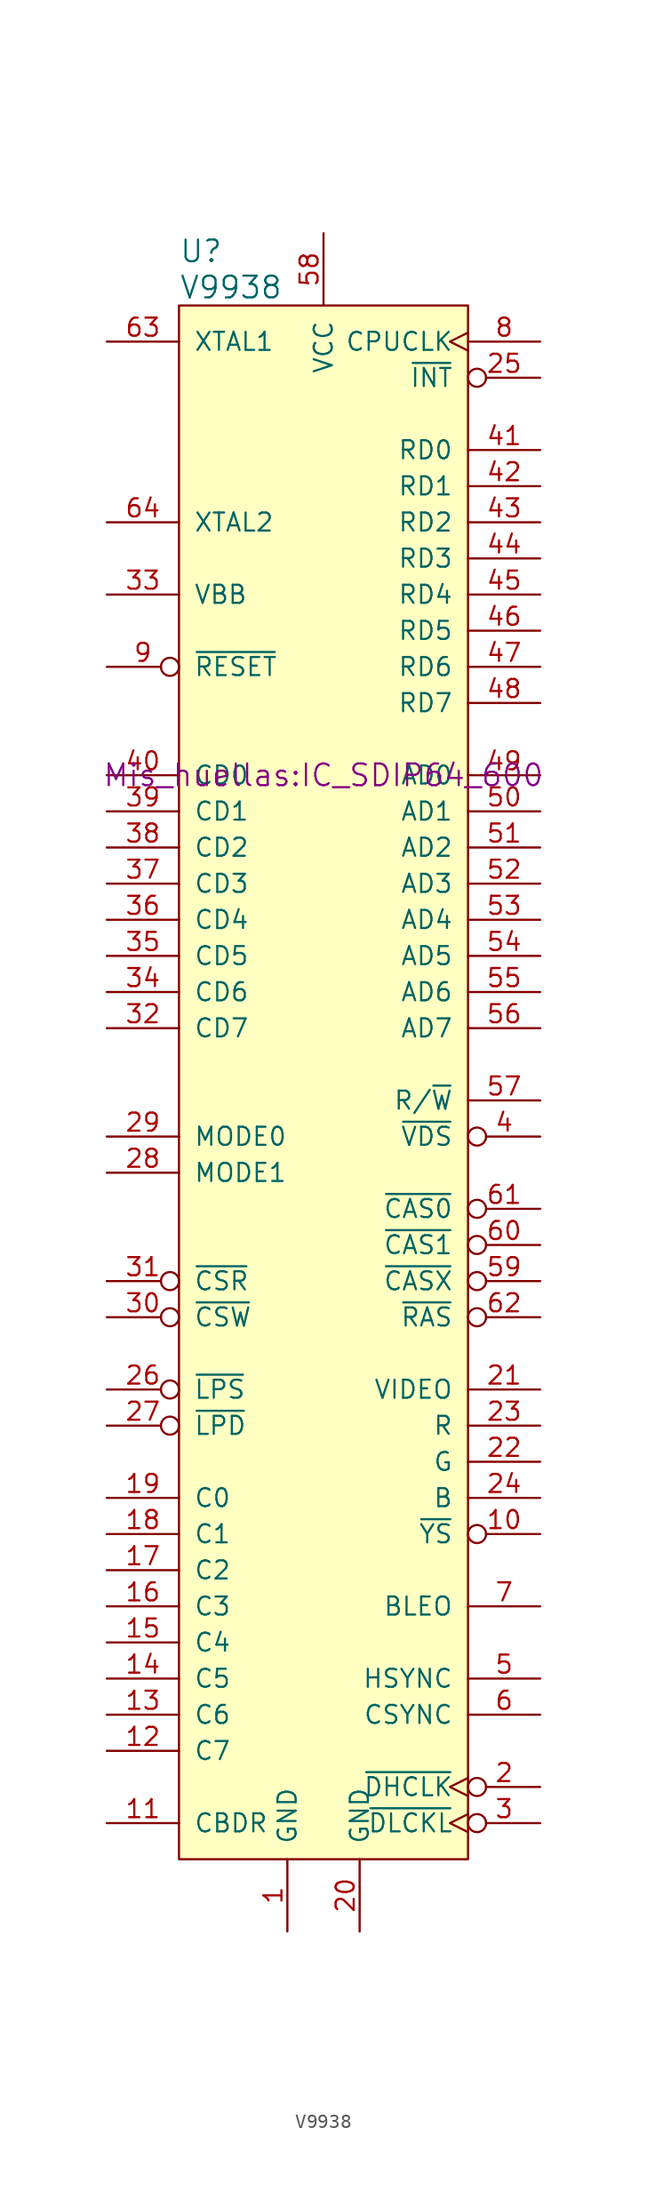
<source format=kicad_sym>
(kicad_symbol_lib
  (version 20211014)
  (generator kicad_symbol_editor)
  (symbol "V9938"
    (pin_names
      (offset 1.016))
    (property "Reference" "U"
      (at -10.16 58.42 0)
      (effects (font (size 1.524 1.524)) (justify left)))
    (property "Value" "V9938"
      (at -10.16 55.88 0)
      (effects (font (size 1.524 1.524)) (justify left)))
    (property "Footprint" "Mis_huellas:IC_SDIP64_600"
      (at 0 21.59 0)
      (effects (font (size 1.524 1.524))))
    (property "Datasheet" ""
      (at 0 21.59 0)
      (effects (font (size 1.524 1.524))))
    (symbol "V9938_0_1"
      (rectangle (start -10.16 54.61) (end 10.16 -54.61) (stroke (width 0) (type default) (color 0 0 0 0)) (fill (type background))))
    (symbol "V9938_1_1"
      (pin power_in line (at -2.54 -59.69 90) (length 5.08) (name "GND" (effects (font (size 1.27 1.27)))) (number "1" (effects (font (size 1.27 1.27)))))
      (pin output inverted (at 15.24 -31.75 180) (length 5.08) (name "~{YS}" (effects (font (size 1.27 1.27)))) (number "10" (effects (font (size 1.27 1.27)))))
      (pin output line (at -15.24 -52.07 0) (length 5.08) (name "CBDR" (effects (font (size 1.27 1.27)))) (number "11" (effects (font (size 1.27 1.27)))))
      (pin tri_state line (at -15.24 -46.99 0) (length 5.08) (name "C7" (effects (font (size 1.27 1.27)))) (number "12" (effects (font (size 1.27 1.27)))))
      (pin tri_state line (at -15.24 -44.45 0) (length 5.08) (name "C6" (effects (font (size 1.27 1.27)))) (number "13" (effects (font (size 1.27 1.27)))))
      (pin tri_state line (at -15.24 -41.91 0) (length 5.08) (name "C5" (effects (font (size 1.27 1.27)))) (number "14" (effects (font (size 1.27 1.27)))))
      (pin tri_state line (at -15.24 -39.37 0) (length 5.08) (name "C4" (effects (font (size 1.27 1.27)))) (number "15" (effects (font (size 1.27 1.27)))))
      (pin tri_state line (at -15.24 -36.83 0) (length 5.08) (name "C3" (effects (font (size 1.27 1.27)))) (number "16" (effects (font (size 1.27 1.27)))))
      (pin tri_state line (at -15.24 -34.29 0) (length 5.08) (name "C2" (effects (font (size 1.27 1.27)))) (number "17" (effects (font (size 1.27 1.27)))))
      (pin tri_state line (at -15.24 -31.75 0) (length 5.08) (name "C1" (effects (font (size 1.27 1.27)))) (number "18" (effects (font (size 1.27 1.27)))))
      (pin tri_state line (at -15.24 -29.21 0) (length 5.08) (name "C0" (effects (font (size 1.27 1.27)))) (number "19" (effects (font (size 1.27 1.27)))))
      (pin output inverted_clock (at 15.24 -49.53 180) (length 5.08) (name "~{DHCLK}" (effects (font (size 1.27 1.27)))) (number "2" (effects (font (size 1.27 1.27)))))
      (pin power_in line (at 2.54 -59.69 90) (length 5.08) (name "GND" (effects (font (size 1.27 1.27)))) (number "20" (effects (font (size 1.27 1.27)))))
      (pin output line (at 15.24 -21.59 180) (length 5.08) (name "VIDEO" (effects (font (size 1.27 1.27)))) (number "21" (effects (font (size 1.27 1.27)))))
      (pin output line (at 15.24 -26.67 180) (length 5.08) (name "G" (effects (font (size 1.27 1.27)))) (number "22" (effects (font (size 1.27 1.27)))))
      (pin output line (at 15.24 -24.13 180) (length 5.08) (name "R" (effects (font (size 1.27 1.27)))) (number "23" (effects (font (size 1.27 1.27)))))
      (pin output line (at 15.24 -29.21 180) (length 5.08) (name "B" (effects (font (size 1.27 1.27)))) (number "24" (effects (font (size 1.27 1.27)))))
      (pin open_collector inverted (at 15.24 49.53 180) (length 5.08) (name "~{INT}" (effects (font (size 1.27 1.27)))) (number "25" (effects (font (size 1.27 1.27)))))
      (pin input inverted (at -15.24 -21.59 0) (length 5.08) (name "~{LPS}" (effects (font (size 1.27 1.27)))) (number "26" (effects (font (size 1.27 1.27)))))
      (pin input inverted (at -15.24 -24.13 0) (length 5.08) (name "~{LPD}" (effects (font (size 1.27 1.27)))) (number "27" (effects (font (size 1.27 1.27)))))
      (pin input line (at -15.24 -6.35 0) (length 5.08) (name "MODE1" (effects (font (size 1.27 1.27)))) (number "28" (effects (font (size 1.27 1.27)))))
      (pin input line (at -15.24 -3.81 0) (length 5.08) (name "MODE0" (effects (font (size 1.27 1.27)))) (number "29" (effects (font (size 1.27 1.27)))))
      (pin output inverted_clock (at 15.24 -52.07 180) (length 5.08) (name "~{DLCKL}" (effects (font (size 1.27 1.27)))) (number "3" (effects (font (size 1.27 1.27)))))
      (pin input inverted (at -15.24 -16.51 0) (length 5.08) (name "~{CSW}" (effects (font (size 1.27 1.27)))) (number "30" (effects (font (size 1.27 1.27)))))
      (pin input inverted (at -15.24 -13.97 0) (length 5.08) (name "~{CSR}" (effects (font (size 1.27 1.27)))) (number "31" (effects (font (size 1.27 1.27)))))
      (pin tri_state line (at -15.24 3.81 0) (length 5.08) (name "CD7" (effects (font (size 1.27 1.27)))) (number "32" (effects (font (size 1.27 1.27)))))
      (pin output line (at -15.24 34.29 0) (length 5.08) (name "VBB" (effects (font (size 1.27 1.27)))) (number "33" (effects (font (size 1.27 1.27)))))
      (pin tri_state line (at -15.24 6.35 0) (length 5.08) (name "CD6" (effects (font (size 1.27 1.27)))) (number "34" (effects (font (size 1.27 1.27)))))
      (pin tri_state line (at -15.24 8.89 0) (length 5.08) (name "CD5" (effects (font (size 1.27 1.27)))) (number "35" (effects (font (size 1.27 1.27)))))
      (pin tri_state line (at -15.24 11.43 0) (length 5.08) (name "CD4" (effects (font (size 1.27 1.27)))) (number "36" (effects (font (size 1.27 1.27)))))
      (pin tri_state line (at -15.24 13.97 0) (length 5.08) (name "CD3" (effects (font (size 1.27 1.27)))) (number "37" (effects (font (size 1.27 1.27)))))
      (pin tri_state line (at -15.24 16.51 0) (length 5.08) (name "CD2" (effects (font (size 1.27 1.27)))) (number "38" (effects (font (size 1.27 1.27)))))
      (pin tri_state line (at -15.24 19.05 0) (length 5.08) (name "CD1" (effects (font (size 1.27 1.27)))) (number "39" (effects (font (size 1.27 1.27)))))
      (pin output inverted (at 15.24 -3.81 180) (length 5.08) (name "~{VDS}" (effects (font (size 1.27 1.27)))) (number "4" (effects (font (size 1.27 1.27)))))
      (pin tri_state line (at -15.24 21.59 0) (length 5.08) (name "CD0" (effects (font (size 1.27 1.27)))) (number "40" (effects (font (size 1.27 1.27)))))
      (pin tri_state line (at 15.24 44.45 180) (length 5.08) (name "RD0" (effects (font (size 1.27 1.27)))) (number "41" (effects (font (size 1.27 1.27)))))
      (pin tri_state line (at 15.24 41.91 180) (length 5.08) (name "RD1" (effects (font (size 1.27 1.27)))) (number "42" (effects (font (size 1.27 1.27)))))
      (pin tri_state line (at 15.24 39.37 180) (length 5.08) (name "RD2" (effects (font (size 1.27 1.27)))) (number "43" (effects (font (size 1.27 1.27)))))
      (pin tri_state line (at 15.24 36.83 180) (length 5.08) (name "RD3" (effects (font (size 1.27 1.27)))) (number "44" (effects (font (size 1.27 1.27)))))
      (pin tri_state line (at 15.24 34.29 180) (length 5.08) (name "RD4" (effects (font (size 1.27 1.27)))) (number "45" (effects (font (size 1.27 1.27)))))
      (pin tri_state line (at 15.24 31.75 180) (length 5.08) (name "RD5" (effects (font (size 1.27 1.27)))) (number "46" (effects (font (size 1.27 1.27)))))
      (pin tri_state line (at 15.24 29.21 180) (length 5.08) (name "RD6" (effects (font (size 1.27 1.27)))) (number "47" (effects (font (size 1.27 1.27)))))
      (pin tri_state line (at 15.24 26.67 180) (length 5.08) (name "RD7" (effects (font (size 1.27 1.27)))) (number "48" (effects (font (size 1.27 1.27)))))
      (pin output line (at 15.24 21.59 180) (length 5.08) (name "AD0" (effects (font (size 1.27 1.27)))) (number "49" (effects (font (size 1.27 1.27)))))
      (pin bidirectional line (at 15.24 -41.91 180) (length 5.08) (name "HSYNC" (effects (font (size 1.27 1.27)))) (number "5" (effects (font (size 1.27 1.27)))))
      (pin output line (at 15.24 19.05 180) (length 5.08) (name "AD1" (effects (font (size 1.27 1.27)))) (number "50" (effects (font (size 1.27 1.27)))))
      (pin output line (at 15.24 16.51 180) (length 5.08) (name "AD2" (effects (font (size 1.27 1.27)))) (number "51" (effects (font (size 1.27 1.27)))))
      (pin output line (at 15.24 13.97 180) (length 5.08) (name "AD3" (effects (font (size 1.27 1.27)))) (number "52" (effects (font (size 1.27 1.27)))))
      (pin output line (at 15.24 11.43 180) (length 5.08) (name "AD4" (effects (font (size 1.27 1.27)))) (number "53" (effects (font (size 1.27 1.27)))))
      (pin output line (at 15.24 8.89 180) (length 5.08) (name "AD5" (effects (font (size 1.27 1.27)))) (number "54" (effects (font (size 1.27 1.27)))))
      (pin output line (at 15.24 6.35 180) (length 5.08) (name "AD6" (effects (font (size 1.27 1.27)))) (number "55" (effects (font (size 1.27 1.27)))))
      (pin output line (at 15.24 3.81 180) (length 5.08) (name "AD7" (effects (font (size 1.27 1.27)))) (number "56" (effects (font (size 1.27 1.27)))))
      (pin output line (at 15.24 -1.27 180) (length 5.08) (name "R/~{W}" (effects (font (size 1.27 1.27)))) (number "57" (effects (font (size 1.27 1.27)))))
      (pin power_in line (at 0 59.69 270) (length 5.08) (name "VCC" (effects (font (size 1.27 1.27)))) (number "58" (effects (font (size 1.27 1.27)))))
      (pin output inverted (at 15.24 -13.97 180) (length 5.08) (name "~{CASX}" (effects (font (size 1.27 1.27)))) (number "59" (effects (font (size 1.27 1.27)))))
      (pin bidirectional line (at 15.24 -44.45 180) (length 5.08) (name "CSYNC" (effects (font (size 1.27 1.27)))) (number "6" (effects (font (size 1.27 1.27)))))
      (pin output inverted (at 15.24 -11.43 180) (length 5.08) (name "~{CAS1}" (effects (font (size 1.27 1.27)))) (number "60" (effects (font (size 1.27 1.27)))))
      (pin output inverted (at 15.24 -8.89 180) (length 5.08) (name "~{CAS0}" (effects (font (size 1.27 1.27)))) (number "61" (effects (font (size 1.27 1.27)))))
      (pin output inverted (at 15.24 -16.51 180) (length 5.08) (name "~{RAS}" (effects (font (size 1.27 1.27)))) (number "62" (effects (font (size 1.27 1.27)))))
      (pin input line (at -15.24 52.07 0) (length 5.08) (name "XTAL1" (effects (font (size 1.27 1.27)))) (number "63" (effects (font (size 1.27 1.27)))))
      (pin input line (at -15.24 39.37 0) (length 5.08) (name "XTAL2" (effects (font (size 1.27 1.27)))) (number "64" (effects (font (size 1.27 1.27)))))
      (pin output line (at 15.24 -36.83 180) (length 5.08) (name "BLEO" (effects (font (size 1.27 1.27)))) (number "7" (effects (font (size 1.27 1.27)))))
      (pin output clock (at 15.24 52.07 180) (length 5.08) (name "CPUCLK" (effects (font (size 1.27 1.27)))) (number "8" (effects (font (size 1.27 1.27)))))
      (pin input inverted (at -15.24 29.21 0) (length 5.08) (name "~{RESET}" (effects (font (size 1.27 1.27)))) (number "9" (effects (font (size 1.27 1.27))))))))
</source>
